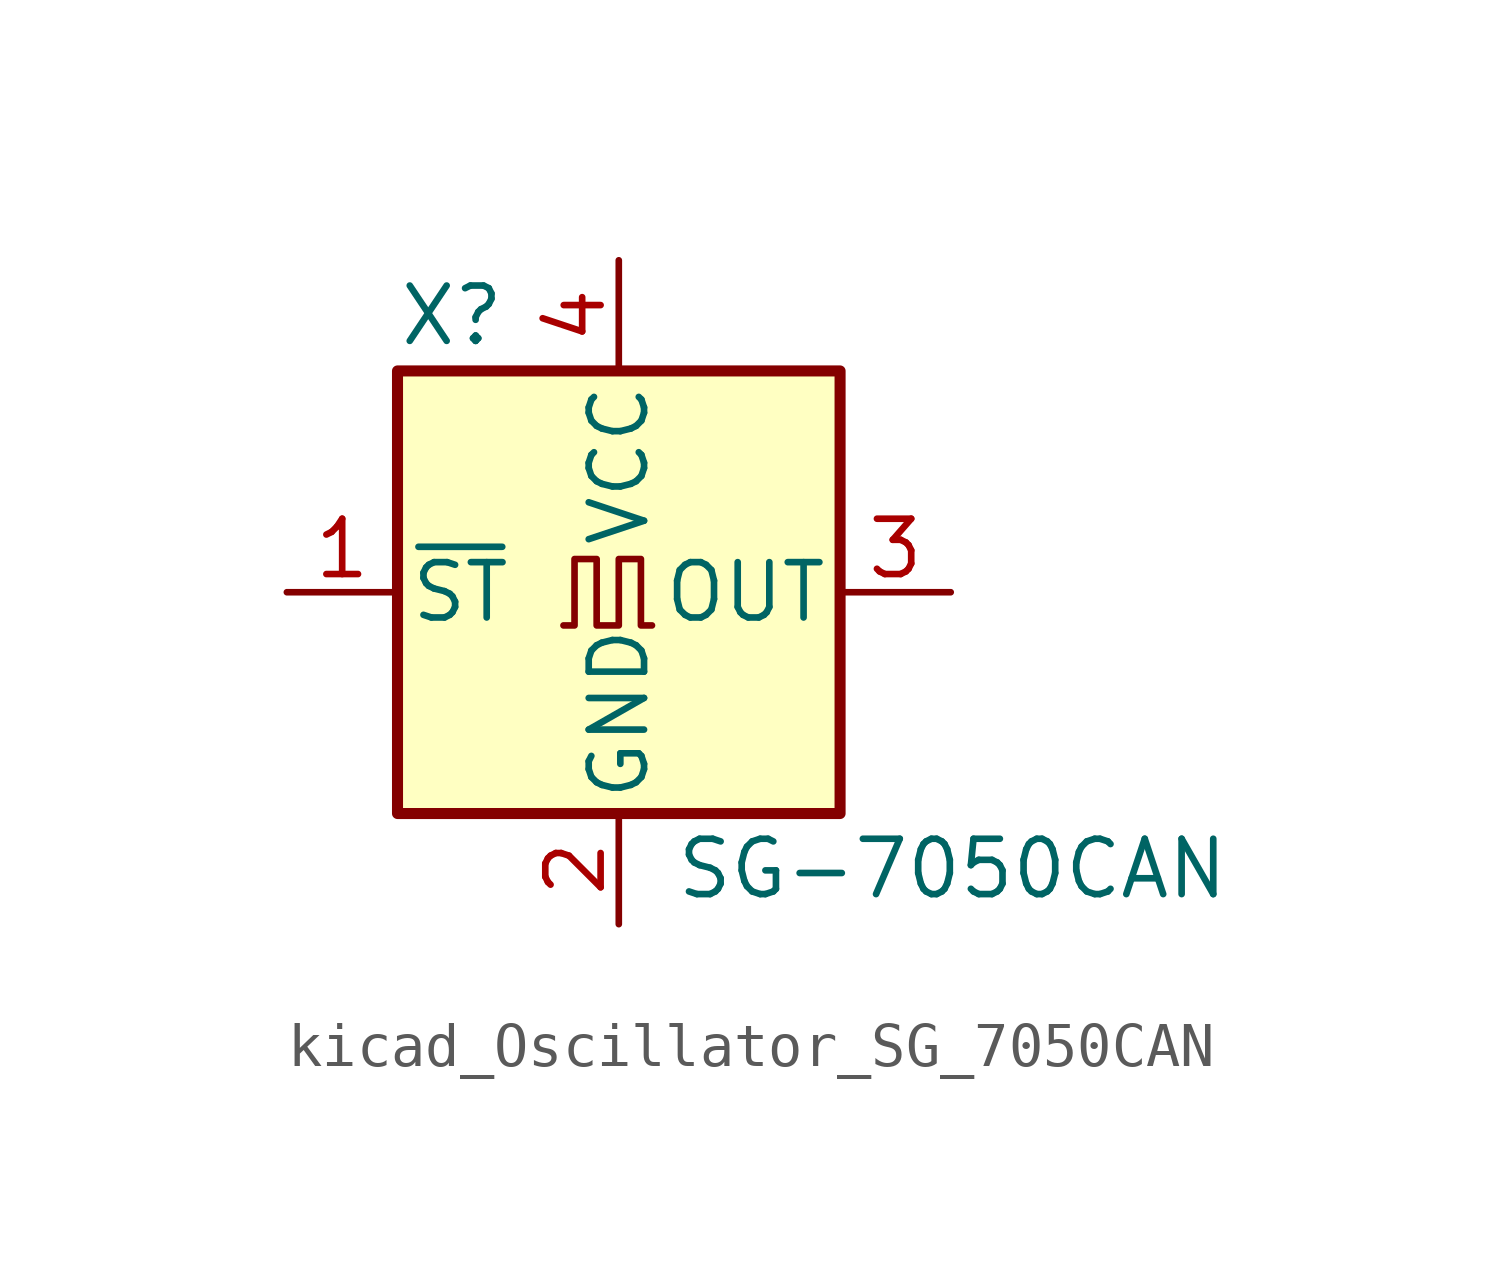
<source format=kicad_sym>
(kicad_symbol_lib
  (version 20220914)
  (generator kicad_symbol_editor)
  (symbol "kicad_Oscillator_SG_7050CAN"
    (pin_names
      (offset 0.254))
    (property "Reference" "X"
      (at -5.08 6.35 0)
      (effects (font (size 1.27 1.27)) (justify left)))
    (property "Value" "SG-7050CAN"
      (at 1.27 -6.35 0)
      (effects (font (size 1.27 1.27)) (justify left)))
    (symbol "kicad_Oscillator_SG_7050CAN_0_1"
      (rectangle (start -5.08 5.08) (end 5.08 -5.08) (stroke (width 0.254) (type default)) (fill (type background)))
      (polyline (pts (xy -1.27 -0.762) (xy -1.016 -0.762) (xy -1.016 0.762) (xy -0.508 0.762) (xy -0.508 -0.762) (xy 0 -0.762) (xy 0 0.762) (xy 0.508 0.762) (xy 0.508 -0.762) (xy 0.762 -0.762)) (stroke (width 0) (type default)) (fill (type none))))
    (symbol "kicad_Oscillator_SG_7050CAN_1_1"
      (pin input line (at -7.62 0 0) (length 2.54) (name "~{ST}" (effects (font (size 1.27 1.27)))) (number "1" (effects (font (size 1.27 1.27)))))
      (pin power_in line (at 0 -7.62 90) (length 2.54) (name "GND" (effects (font (size 1.27 1.27)))) (number "2" (effects (font (size 1.27 1.27)))))
      (pin output line (at 7.62 0 180) (length 2.54) (name "OUT" (effects (font (size 1.27 1.27)))) (number "3" (effects (font (size 1.27 1.27)))))
      (pin power_in line (at 0 7.62 270) (length 2.54) (name "VCC" (effects (font (size 1.27 1.27)))) (number "4" (effects (font (size 1.27 1.27))))))))
</source>
